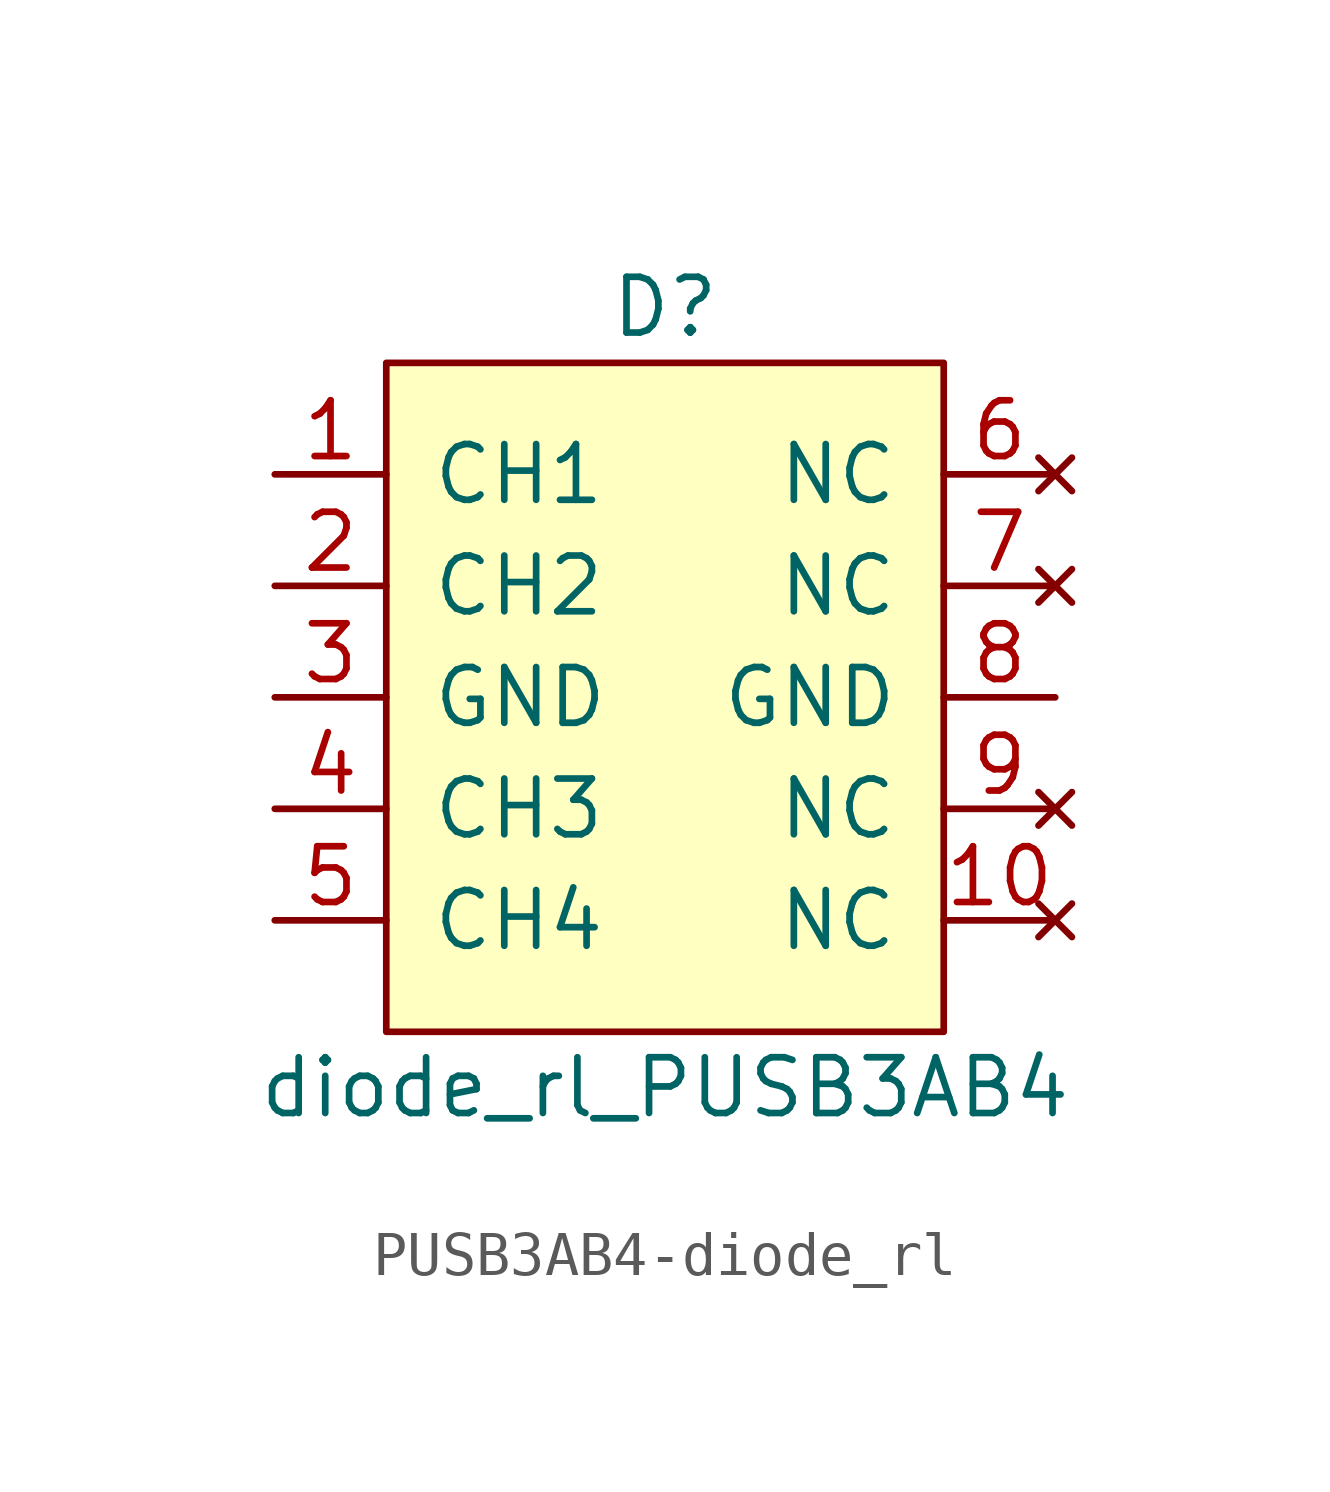
<source format=kicad_sym>
(kicad_symbol_lib
  (version 20220914)
  (generator kicad_symbol_editor)
  (symbol "PUSB3AB4-diode_rl"
    (pin_names
      (offset 1.016))
    (property "Reference" "D"
      (at 0 8.89 0)
      (effects (font (size 1.27 1.27))))
    (property "Value" "diode_rl_PUSB3AB4"
      (at 0 -8.89 0)
      (effects (font (size 1.27 1.27))))
    (symbol "PUSB3AB4-diode_rl_0_1"
      (rectangle (start -6.35 7.62) (end 6.35 -7.62) (stroke (width 0) (type solid)) (fill (type background))))
    (symbol "PUSB3AB4-diode_rl_1_1"
      (pin input line (at -8.89 5.08 0) (length 2.54) (name "CH1" (effects (font (size 1.27 1.27)))) (number "1" (effects (font (size 1.27 1.27)))))
      (pin no_connect line (at 8.89 -5.08 180) (length 2.54) (name "NC" (effects (font (size 1.27 1.27)))) (number "10" (effects (font (size 1.27 1.27)))))
      (pin input line (at -8.89 2.54 0) (length 2.54) (name "CH2" (effects (font (size 1.27 1.27)))) (number "2" (effects (font (size 1.27 1.27)))))
      (pin input line (at -8.89 0 0) (length 2.54) (name "GND" (effects (font (size 1.27 1.27)))) (number "3" (effects (font (size 1.27 1.27)))))
      (pin input line (at -8.89 -2.54 0) (length 2.54) (name "CH3" (effects (font (size 1.27 1.27)))) (number "4" (effects (font (size 1.27 1.27)))))
      (pin input line (at -8.89 -5.08 0) (length 2.54) (name "CH4" (effects (font (size 1.27 1.27)))) (number "5" (effects (font (size 1.27 1.27)))))
      (pin no_connect line (at 8.89 5.08 180) (length 2.54) (name "NC" (effects (font (size 1.27 1.27)))) (number "6" (effects (font (size 1.27 1.27)))))
      (pin no_connect line (at 8.89 2.54 180) (length 2.54) (name "NC" (effects (font (size 1.27 1.27)))) (number "7" (effects (font (size 1.27 1.27)))))
      (pin power_in line (at 8.89 0 180) (length 2.54) (name "GND" (effects (font (size 1.27 1.27)))) (number "8" (effects (font (size 1.27 1.27)))))
      (pin no_connect line (at 8.89 -2.54 180) (length 2.54) (name "NC" (effects (font (size 1.27 1.27)))) (number "9" (effects (font (size 1.27 1.27))))))))
</source>
